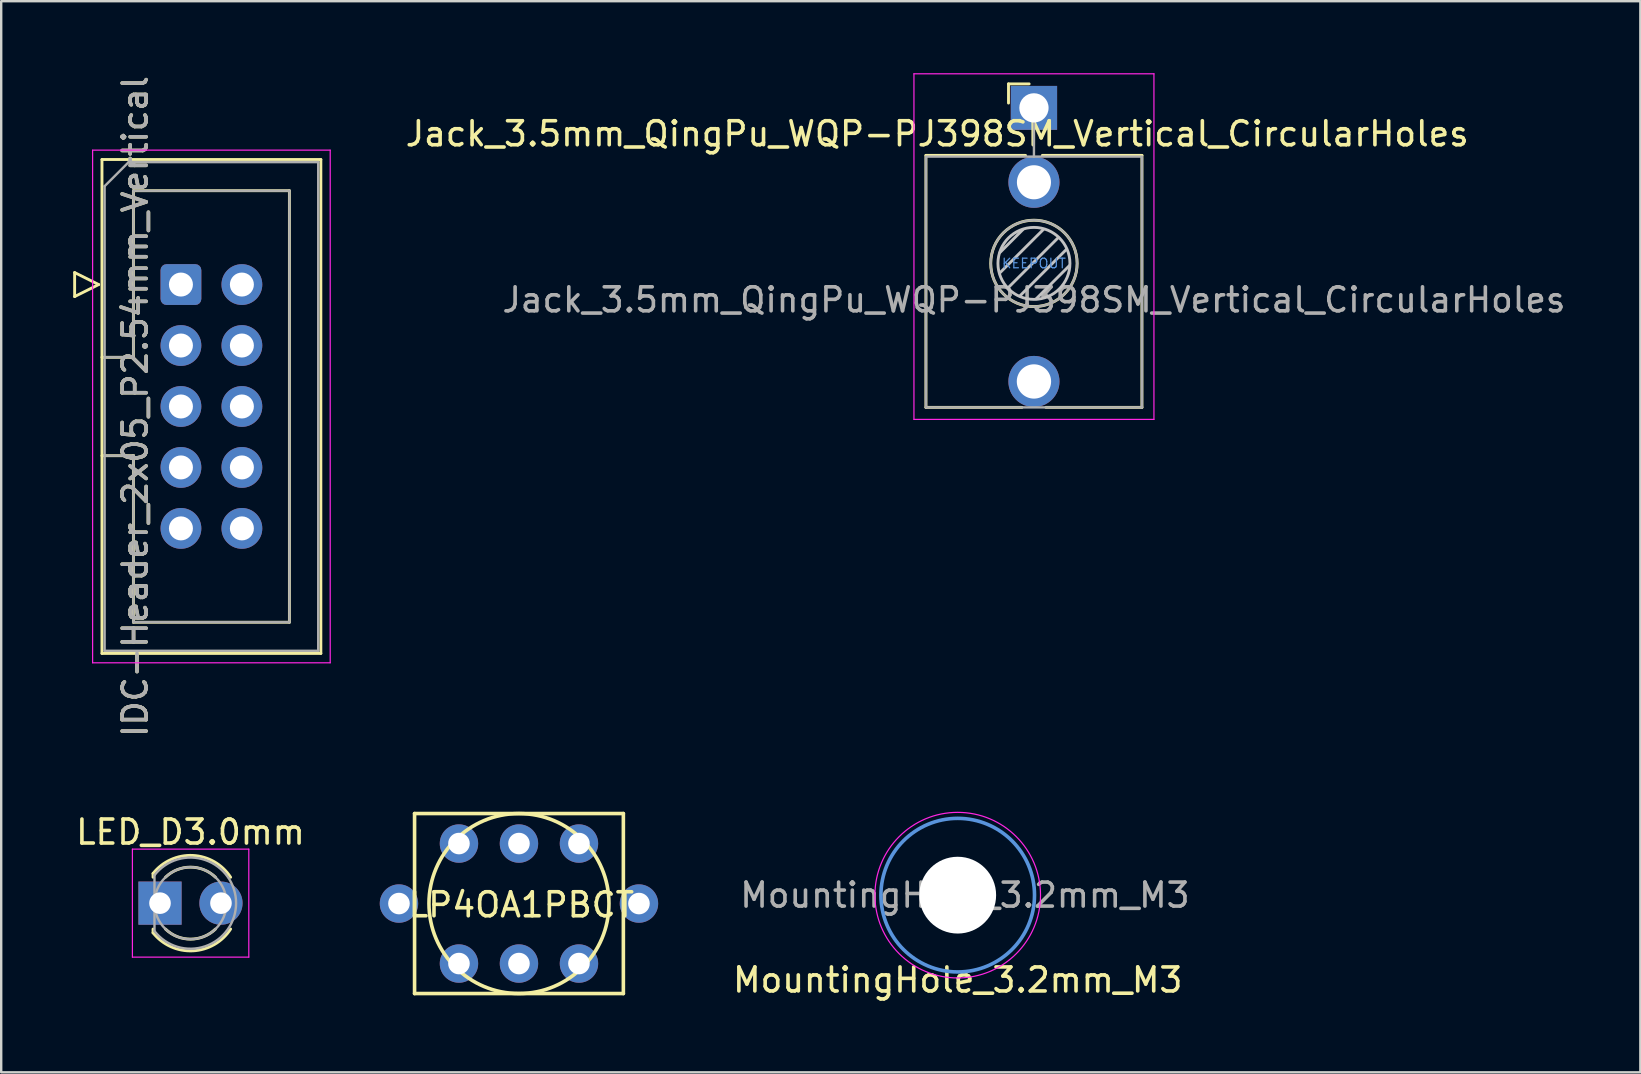
<source format=kicad_pcb>
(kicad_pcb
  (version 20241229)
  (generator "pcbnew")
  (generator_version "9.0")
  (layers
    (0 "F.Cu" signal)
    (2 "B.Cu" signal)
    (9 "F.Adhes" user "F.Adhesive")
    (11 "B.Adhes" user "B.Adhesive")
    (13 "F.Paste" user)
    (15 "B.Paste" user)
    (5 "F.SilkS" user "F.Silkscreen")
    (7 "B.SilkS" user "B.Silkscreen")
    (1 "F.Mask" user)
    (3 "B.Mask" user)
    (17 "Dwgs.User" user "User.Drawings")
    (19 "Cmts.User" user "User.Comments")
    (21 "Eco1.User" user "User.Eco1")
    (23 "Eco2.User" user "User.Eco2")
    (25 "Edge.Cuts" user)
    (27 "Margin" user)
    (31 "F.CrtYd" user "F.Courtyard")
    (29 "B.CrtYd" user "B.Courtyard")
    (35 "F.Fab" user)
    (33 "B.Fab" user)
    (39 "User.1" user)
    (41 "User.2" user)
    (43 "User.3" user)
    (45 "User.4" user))
  (footprint "MountingHole_3.2mm_M3"
    (layer "F.Cu")
    (at 36.856 34.249)
    (property "Reference" "MountingHole_3.2mm_M3" (at 0 3.535 0) (layer "F.SilkS") (effects (font (size 1 1) (thickness 0.15))))
    (attr exclude_from_pos_files)
    (fp_circle (center 0 0) (end 3.2 0) (stroke (width 0.15) (type solid)) (fill no) (layer "Cmts.User"))
    (fp_circle (center 0 0) (end 3.45 0) (stroke (width 0.05) (type solid)) (fill no) (layer "F.CrtYd"))
    (fp_text user "${REFERENCE}" (at 0.3 0 0) (layer "F.Fab") (effects (font (size 1 1) (thickness 0.15))))
    (pad "" np_thru_hole circle (at 0 0) (size 3.2 3.2) (drill 3.2) (layers "*.Cu" "*.Mask")))
  (footprint "LP4OA1PBCT"
    (layer "F.Cu")
    (at 18.574 34.599)
    (property "Reference" "LP4OA1PBCT" (at 0.102 0.054 0) (layer "F.SilkS") (effects (font (size 1 1) (thickness 0.15))))
    (attr through_hole)
    (fp_line (start -4.35 -3.75) (end -4.35 3.75) (stroke (width 0.15) (type solid)) (layer "F.SilkS"))
    (fp_line (start -4.35 -3.75) (end 4.35 -3.75) (stroke (width 0.15) (type solid)) (layer "F.SilkS"))
    (fp_line (start -4.35 3.75) (end 4.35 3.75) (stroke (width 0.15) (type solid)) (layer "F.SilkS"))
    (fp_line (start 4.35 -3.75) (end 4.35 3.75) (stroke (width 0.15) (type solid)) (layer "F.SilkS"))
    (fp_circle (center 0 0) (end 3.75 0) (stroke (width 0.15) (type solid)) (fill no) (layer "F.SilkS"))
    (pad "1" thru_hole circle (at 2.5 -2.5) (size 1.6 1.6) (drill 0.9) (layers "*.Cu" "*.Mask"))
    (pad "2" thru_hole circle (at 0 -2.5) (size 1.6 1.6) (drill 0.9) (layers "*.Cu" "*.Mask"))
    (pad "3" thru_hole circle (at -2.5 -2.5) (size 1.6 1.6) (drill 0.9) (layers "*.Cu" "*.Mask"))
    (pad "4" thru_hole circle (at 2.5 2.5) (size 1.6 1.6) (drill 0.9) (layers "*.Cu" "*.Mask"))
    (pad "5" thru_hole circle (at 0 2.5) (size 1.6 1.6) (drill 0.9) (layers "*.Cu" "*.Mask"))
    (pad "6" thru_hole circle (at -2.5 2.5) (size 1.6 1.6) (drill 0.9) (layers "*.Cu" "*.Mask"))
    (pad "L1" thru_hole circle (at 5 0) (size 1.6 1.6) (drill 0.9) (layers "*.Cu" "*.Mask"))
    (pad "L2" thru_hole circle (at -5 0) (size 1.6 1.6) (drill 0.9) (layers "*.Cu" "*.Mask")))
  (footprint "Jack_3.5mm_QingPu_WQP-PJ398SM_Vertical_CircularHoles"
    (layer "F.Cu")
    (at 40.032 1.445)
    (property "Reference" "Jack_3.5mm_QingPu_WQP-PJ398SM_Vertical_CircularHoles" (at -4.03 1.08 180) (layer "F.SilkS") (effects (font (size 1 1) (thickness 0.15))))
    (attr through_hole)
    (fp_line (start -4.5 1.98) (end -4.5 12.48) (stroke (width 0.12) (type solid)) (layer "F.SilkS"))
    (fp_line (start -1.06 -1) (end -1.06 -0.2) (stroke (width 0.12) (type solid)) (layer "F.SilkS"))
    (fp_line (start -1.06 -1) (end -0.2 -1) (stroke (width 0.12) (type solid)) (layer "F.SilkS"))
    (fp_line (start -0.5 12.48) (end -4.5 12.48) (stroke (width 0.12) (type solid)) (layer "F.SilkS"))
    (fp_line (start -0.35 1.98) (end -4.5 1.98) (stroke (width 0.12) (type solid)) (layer "F.SilkS"))
    (fp_line (start 4.5 1.98) (end 0.35 1.98) (stroke (width 0.12) (type solid)) (layer "F.SilkS"))
    (fp_line (start 4.5 1.98) (end 4.5 12.48) (stroke (width 0.12) (type solid)) (layer "F.SilkS"))
    (fp_line (start 4.5 12.48) (end 0.5 12.48) (stroke (width 0.12) (type solid)) (layer "F.SilkS"))
    (fp_circle (center 0 6.48) (end 1.8 6.48) (stroke (width 0.12) (type solid)) (fill no) (layer "F.SilkS"))
    (fp_line (start -1.42 6.875) (end 0.4 5.06) (stroke (width 0.12) (type solid)) (layer "Dwgs.User"))
    (fp_line (start -1.41 6.02) (end -0.46 5.07) (stroke (width 0.12) (type solid)) (layer "Dwgs.User"))
    (fp_line (start -1.07 7.49) (end 1.01 5.41) (stroke (width 0.12) (type solid)) (layer "Dwgs.User"))
    (fp_line (start -0.58 7.83) (end 1.36 5.89) (stroke (width 0.12) (type solid)) (layer "Dwgs.User"))
    (fp_line (start 0.09 7.96) (end 1.48 6.57) (stroke (width 0.12) (type solid)) (layer "Dwgs.User"))
    (fp_circle (center 0 6.48) (end 1.5 6.48) (stroke (width 0.12) (type solid)) (fill no) (layer "Dwgs.User"))
    (fp_line (start -5 12.98) (end -5 -1.42) (stroke (width 0.05) (type solid)) (layer "F.CrtYd"))
    (fp_line (start 5 -1.42) (end -5 -1.42) (stroke (width 0.05) (type solid)) (layer "F.CrtYd"))
    (fp_line (start 5 12.98) (end -5 12.98) (stroke (width 0.05) (type solid)) (layer "F.CrtYd"))
    (fp_line (start 5 12.98) (end 5 -1.42) (stroke (width 0.05) (type solid)) (layer "F.CrtYd"))
    (fp_line (start -4.5 12.48) (end -4.5 2.08) (stroke (width 0.1) (type solid)) (layer "F.Fab"))
    (fp_line (start 0 0) (end 0 2.03) (stroke (width 0.1) (type solid)) (layer "F.Fab"))
    (fp_line (start 4.5 2.03) (end -4.5 2.03) (stroke (width 0.1) (type solid)) (layer "F.Fab"))
    (fp_line (start 4.5 12.48) (end -4.5 12.48) (stroke (width 0.1) (type solid)) (layer "F.Fab"))
    (fp_line (start 4.5 12.48) (end 4.5 2.08) (stroke (width 0.1) (type solid)) (layer "F.Fab"))
    (fp_circle (center 0 6.48) (end 1.8 6.48) (stroke (width 0.1) (type solid)) (fill no) (layer "F.Fab"))
    (fp_text user "KEEPOUT" (at 0 6.48 0) (layer "Cmts.User") (effects (font (size 0.4 0.4) (thickness 0.051))))
    (fp_text user "${REFERENCE}" (at 0 8 180) (layer "F.Fab") (effects (font (size 1 1) (thickness 0.15))))
    (pad "S" thru_hole rect (at 0 0 180) (size 1.93 1.83) (drill 1.22) (layers "*.Cu" "*.Mask"))
    (pad "T" thru_hole circle (at 0 11.4 180) (size 2.13 2.13) (drill 1.43) (layers "*.Cu" "*.Mask"))
    (pad "TN" thru_hole circle (at 0 3.1 180) (size 2.13 2.13) (drill 1.42) (layers "*.Cu" "*.Mask")))
  (footprint "IDC-Header_2x05_P2.54mm_Vertical"
    (layer "F.Cu")
    (at 4.489 8.807)
    (property "Reference" "IDC-Header_2x05_P2.54mm_Vertical" (at -1.905 5.08 90) (layer "F.SilkS") (effects (font (size 1 1) (thickness 0.15))))
    (attr through_hole)
    (fp_line (start -4.429 -0.5) (end -4.429 0.5) (stroke (width 0.12) (type solid)) (layer "F.SilkS"))
    (fp_line (start -4.429 0.5) (end -3.429 0) (stroke (width 0.12) (type solid)) (layer "F.SilkS"))
    (fp_line (start -3.429 0) (end -4.429 -0.5) (stroke (width 0.12) (type solid)) (layer "F.SilkS"))
    (fp_line (start -3.29 -5.21) (end 5.83 -5.21) (stroke (width 0.12) (type solid)) (layer "F.SilkS"))
    (fp_line (start -3.29 3.03) (end -1.98 3.03) (stroke (width 0.12) (type solid)) (layer "F.SilkS"))
    (fp_line (start -3.29 15.37) (end -3.29 -5.21) (stroke (width 0.12) (type solid)) (layer "F.SilkS"))
    (fp_line (start -1.98 -3.91) (end 4.52 -3.91) (stroke (width 0.12) (type solid)) (layer "F.SilkS"))
    (fp_line (start -1.98 3.03) (end -1.98 -3.91) (stroke (width 0.12) (type solid)) (layer "F.SilkS"))
    (fp_line (start -1.98 7.13) (end -3.29 7.13) (stroke (width 0.12) (type solid)) (layer "F.SilkS"))
    (fp_line (start -1.98 7.13) (end -1.98 7.13) (stroke (width 0.12) (type solid)) (layer "F.SilkS"))
    (fp_line (start -1.98 14.07) (end -1.98 7.13) (stroke (width 0.12) (type solid)) (layer "F.SilkS"))
    (fp_line (start 4.52 -3.91) (end 4.52 14.07) (stroke (width 0.12) (type solid)) (layer "F.SilkS"))
    (fp_line (start 4.52 14.07) (end -1.98 14.07) (stroke (width 0.12) (type solid)) (layer "F.SilkS"))
    (fp_line (start 5.83 -5.21) (end 5.83 15.37) (stroke (width 0.12) (type solid)) (layer "F.SilkS"))
    (fp_line (start 5.83 15.37) (end -3.29 15.37) (stroke (width 0.12) (type solid)) (layer "F.SilkS"))
    (fp_line (start -3.68 -5.6) (end -3.68 15.76) (stroke (width 0.05) (type solid)) (layer "F.CrtYd"))
    (fp_line (start -3.68 15.76) (end 6.22 15.76) (stroke (width 0.05) (type solid)) (layer "F.CrtYd"))
    (fp_line (start 6.22 -5.6) (end -3.68 -5.6) (stroke (width 0.05) (type solid)) (layer "F.CrtYd"))
    (fp_line (start 6.22 15.76) (end 6.22 -5.6) (stroke (width 0.05) (type solid)) (layer "F.CrtYd"))
    (fp_line (start -3.18 -4.1) (end -2.18 -5.1) (stroke (width 0.1) (type solid)) (layer "F.Fab"))
    (fp_line (start -3.18 3.03) (end -1.98 3.03) (stroke (width 0.1) (type solid)) (layer "F.Fab"))
    (fp_line (start -3.18 15.26) (end -3.18 -4.1) (stroke (width 0.1) (type solid)) (layer "F.Fab"))
    (fp_line (start -2.18 -5.1) (end 5.72 -5.1) (stroke (width 0.1) (type solid)) (layer "F.Fab"))
    (fp_line (start -1.98 -3.91) (end 4.52 -3.91) (stroke (width 0.1) (type solid)) (layer "F.Fab"))
    (fp_line (start -1.98 3.03) (end -1.98 -3.91) (stroke (width 0.1) (type solid)) (layer "F.Fab"))
    (fp_line (start -1.98 7.13) (end -3.18 7.13) (stroke (width 0.1) (type solid)) (layer "F.Fab"))
    (fp_line (start -1.98 7.13) (end -1.98 7.13) (stroke (width 0.1) (type solid)) (layer "F.Fab"))
    (fp_line (start -1.98 14.07) (end -1.98 7.13) (stroke (width 0.1) (type solid)) (layer "F.Fab"))
    (fp_line (start 4.52 -3.91) (end 4.52 14.07) (stroke (width 0.1) (type solid)) (layer "F.Fab"))
    (fp_line (start 4.52 14.07) (end -1.98 14.07) (stroke (width 0.1) (type solid)) (layer "F.Fab"))
    (fp_line (start 5.72 -5.1) (end 5.72 15.26) (stroke (width 0.1) (type solid)) (layer "F.Fab"))
    (fp_line (start 5.72 15.26) (end -3.18 15.26) (stroke (width 0.1) (type solid)) (layer "F.Fab"))
    (fp_text user "${REFERENCE}" (at -1.905 5.08 90) (layer "F.Fab") (effects (font (size 1 1) (thickness 0.15))))
    (pad "1" thru_hole roundrect (at 0 0 180) (size 1.7 1.7) (drill 1) (layers "*.Cu" "*.Mask") (roundrect_rratio 0.147))
    (pad "2" thru_hole circle (at 2.54 0 180) (size 1.7 1.7) (drill 1) (layers "*.Cu" "*.Mask"))
    (pad "3" thru_hole circle (at 0 2.54 180) (size 1.7 1.7) (drill 1) (layers "*.Cu" "*.Mask"))
    (pad "4" thru_hole circle (at 2.54 2.54 180) (size 1.7 1.7) (drill 1) (layers "*.Cu" "*.Mask"))
    (pad "5" thru_hole circle (at 0 5.08 180) (size 1.7 1.7) (drill 1) (layers "*.Cu" "*.Mask"))
    (pad "6" thru_hole circle (at 2.54 5.08 180) (size 1.7 1.7) (drill 1) (layers "*.Cu" "*.Mask"))
    (pad "7" thru_hole circle (at 0 7.62 180) (size 1.7 1.7) (drill 1) (layers "*.Cu" "*.Mask"))
    (pad "8" thru_hole circle (at 2.54 7.62 180) (size 1.7 1.7) (drill 1) (layers "*.Cu" "*.Mask"))
    (pad "9" thru_hole circle (at 0 10.16 180) (size 1.7 1.7) (drill 1) (layers "*.Cu" "*.Mask"))
    (pad "10" thru_hole circle (at 2.54 10.16 180) (size 1.7 1.7) (drill 1) (layers "*.Cu" "*.Mask")))
  (footprint "LED_D3.0mm"
    (layer "F.Cu")
    (at 3.617 34.582)
    (property "Reference" "LED_D3.0mm" (at 1.27 -2.96 180) (layer "F.SilkS") (effects (font (size 1 1) (thickness 0.15))))
    (attr through_hole)
    (fp_line (start -0.29 -1.236) (end -0.29 -1.08) (stroke (width 0.12) (type solid)) (layer "F.SilkS"))
    (fp_line (start -0.29 1.08) (end -0.29 1.236) (stroke (width 0.12) (type solid)) (layer "F.SilkS"))
    (fp_arc (start -0.29 -1.235516) (mid 1.366487 -1.987659) (end 2.942335 -1.078608) (stroke (width 0.12) (type solid)) (layer "F.SilkS"))
    (fp_arc (start 0.229039 -1.08) (mid 1.270117 -1.5) (end 2.31113 -1.079837) (stroke (width 0.12) (type solid)) (layer "F.SilkS"))
    (fp_arc (start 2.31113 1.079837) (mid 1.270117 1.5) (end 0.229039 1.08) (stroke (width 0.12) (type solid)) (layer "F.SilkS"))
    (fp_arc (start 2.942335 1.078608) (mid 1.366487 1.987659) (end -0.29 1.235516) (stroke (width 0.12) (type solid)) (layer "F.SilkS"))
    (fp_line (start -1.15 -2.25) (end -1.15 2.25) (stroke (width 0.05) (type solid)) (layer "F.CrtYd"))
    (fp_line (start -1.15 2.25) (end 3.7 2.25) (stroke (width 0.05) (type solid)) (layer "F.CrtYd"))
    (fp_line (start 3.7 -2.25) (end -1.15 -2.25) (stroke (width 0.05) (type solid)) (layer "F.CrtYd"))
    (fp_line (start 3.7 2.25) (end 3.7 -2.25) (stroke (width 0.05) (type solid)) (layer "F.CrtYd"))
    (fp_line (start -0.23 -1.166) (end -0.23 1.166) (stroke (width 0.1) (type solid)) (layer "F.Fab"))
    (fp_arc (start -0.23 -1.16619) (mid 3.17 0.000452) (end -0.230555 1.165476) (stroke (width 0.1) (type solid)) (layer "F.Fab"))
    (fp_circle (center 1.27 0) (end 2.77 0) (stroke (width 0.1) (type solid)) (fill no) (layer "F.Fab"))
    (pad "1" thru_hole rect (at 0 0) (size 1.8 1.8) (drill 0.9) (layers "*.Cu" "*.Mask"))
    (pad "2" thru_hole circle (at 2.54 0) (size 1.8 1.8) (drill 0.9) (layers "*.Cu" "*.Mask")))
  (gr_rect
    (start -3 -3)
    (end 65.3 41.632)
    (stroke (width 0.1) (type default))
    (fill no)
    (layer "Edge.Cuts")))
</source>
